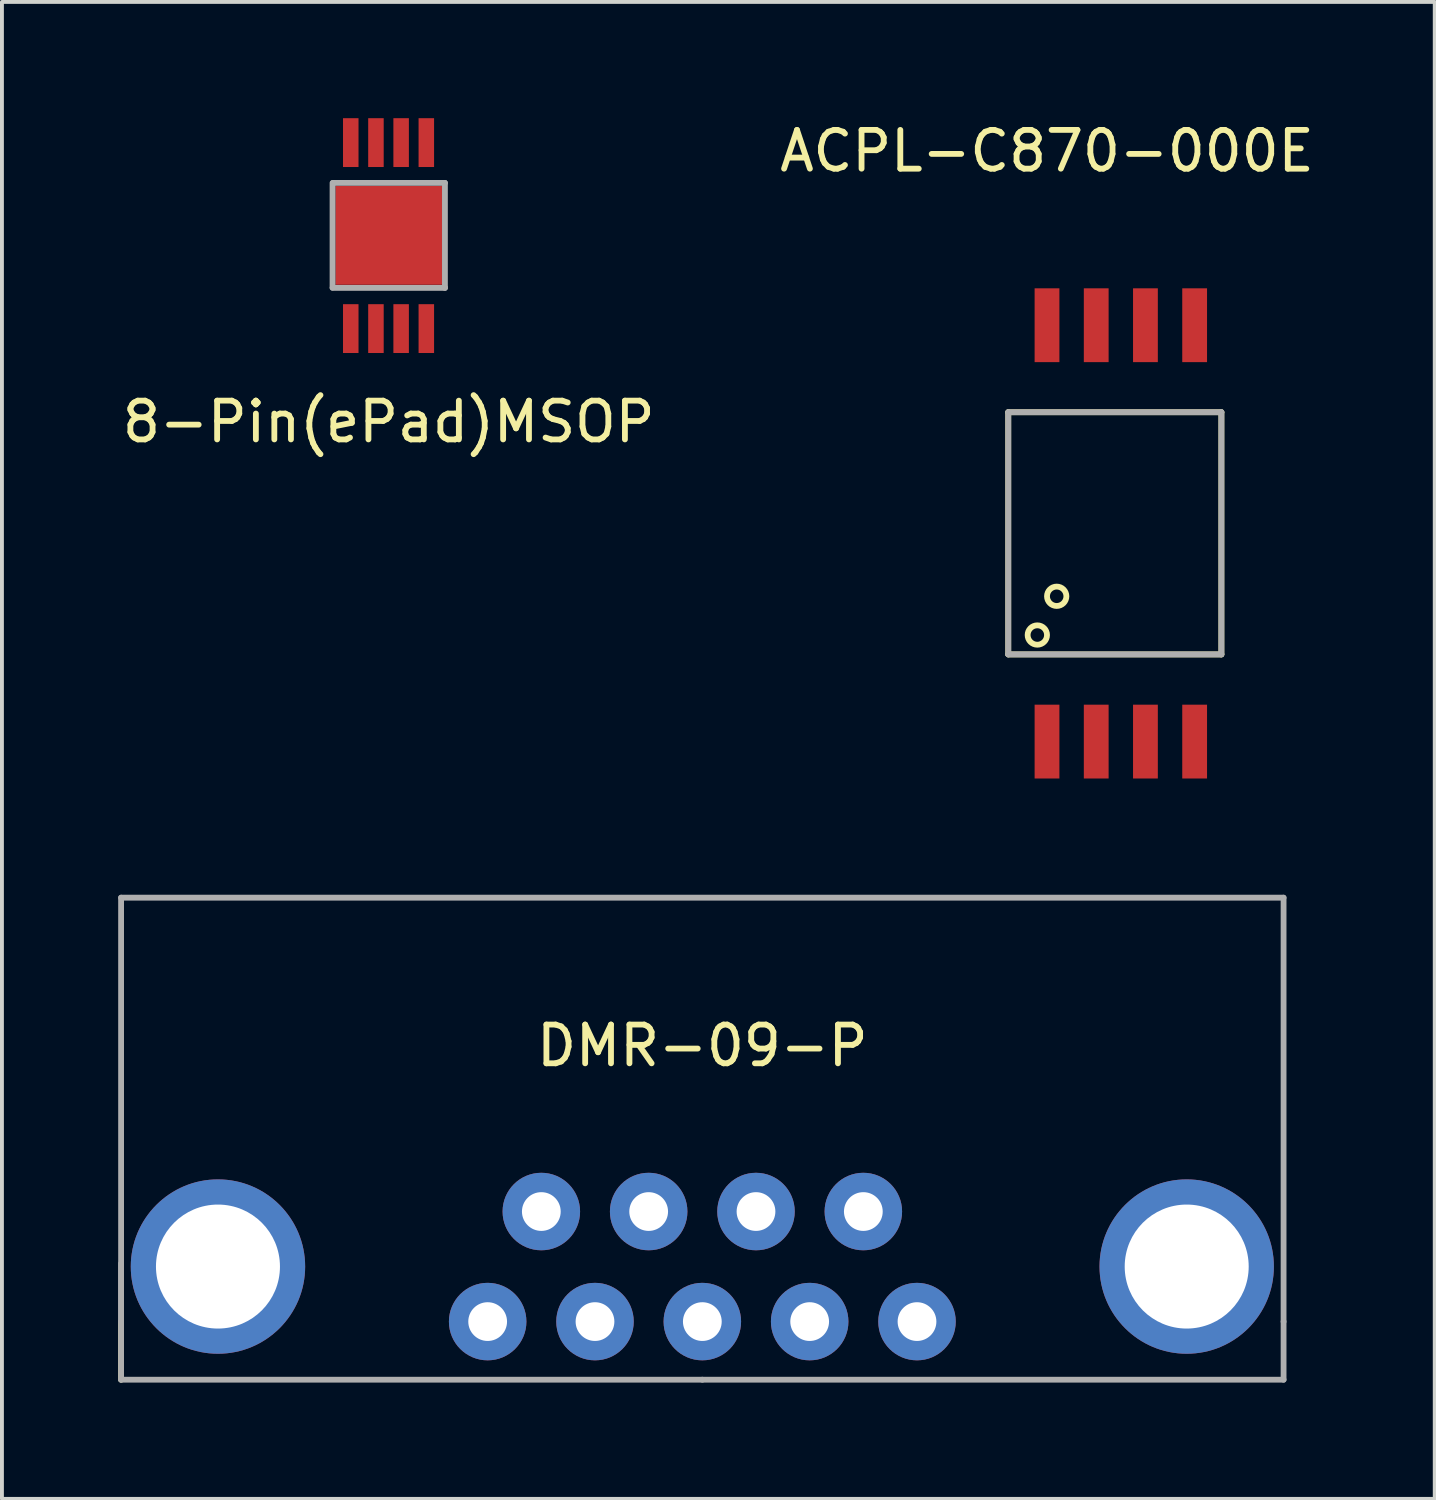
<source format=kicad_pcb>
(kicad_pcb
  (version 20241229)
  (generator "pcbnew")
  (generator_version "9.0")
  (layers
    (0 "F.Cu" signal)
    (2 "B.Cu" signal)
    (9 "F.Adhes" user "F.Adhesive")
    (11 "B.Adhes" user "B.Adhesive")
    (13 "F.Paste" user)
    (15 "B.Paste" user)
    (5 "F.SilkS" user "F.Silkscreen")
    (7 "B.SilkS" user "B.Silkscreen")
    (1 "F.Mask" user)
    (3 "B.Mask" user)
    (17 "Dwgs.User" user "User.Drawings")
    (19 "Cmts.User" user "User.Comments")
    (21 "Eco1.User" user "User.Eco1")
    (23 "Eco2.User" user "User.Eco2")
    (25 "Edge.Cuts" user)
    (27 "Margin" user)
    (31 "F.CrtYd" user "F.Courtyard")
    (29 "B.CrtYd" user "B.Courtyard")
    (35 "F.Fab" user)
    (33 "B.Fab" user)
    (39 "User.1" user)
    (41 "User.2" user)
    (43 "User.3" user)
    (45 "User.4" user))
  (footprint "DMR-09-P"
    (layer "F.Cu")
    (at 15.075 31.056)
    (property "Reference" "DMR-09-P" (at 0 -7.12 0) (layer "F.SilkS") (effects (font (size 1 1) (thickness 0.15))))
    (attr through_hole)
    (fp_line (start -15 1.5) (end -15 0) (stroke (width 0.15) (type solid)) (layer "F.SilkS"))
    (fp_line (start -15 -10.94) (end -15 0) (stroke (width 0.15) (type solid)) (layer "F.Fab"))
    (fp_line (start -15 -1.5) (end -15 1.5) (stroke (width 0.15) (type solid)) (layer "F.Fab"))
    (fp_line (start 0 1.5) (end -15 1.5) (stroke (width 0.15) (type solid)) (layer "F.Fab"))
    (fp_line (start 0 1.5) (end 15 1.5) (stroke (width 0.15) (type solid)) (layer "F.Fab"))
    (fp_line (start 15 -10.94) (end -15 -10.94) (stroke (width 0.15) (type solid)) (layer "F.Fab"))
    (fp_line (start 15 0) (end 15 -10.94) (stroke (width 0.15) (type solid)) (layer "F.Fab"))
    (fp_line (start 15 1.5) (end 15 0) (stroke (width 0.15) (type solid)) (layer "F.Fab"))
    (pad "0" thru_hole circle (at -12.5 -1.42) (size 4.5 4.5) (drill 3.2) (layers "*.Cu" "*.Mask"))
    (pad "0" thru_hole circle (at 12.5 -1.42) (size 4.5 4.5) (drill 3.2) (layers "*.Cu" "*.Mask"))
    (pad "1" thru_hole circle (at 5.54 0) (size 2 2) (drill 1) (layers "*.Cu" "*.Mask"))
    (pad "2" thru_hole circle (at 2.77 0) (size 2 2) (drill 1) (layers "*.Cu" "*.Mask"))
    (pad "3" thru_hole circle (at 0 0) (size 2 2) (drill 1) (layers "*.Cu" "*.Mask"))
    (pad "4" thru_hole circle (at -2.77 0) (size 2 2) (drill 1) (layers "*.Cu" "*.Mask"))
    (pad "5" thru_hole circle (at -5.54 0) (size 2 2) (drill 1) (layers "*.Cu" "*.Mask"))
    (pad "6" thru_hole circle (at 4.155 -2.84) (size 2 2) (drill 1) (layers "*.Cu" "*.Mask"))
    (pad "7" thru_hole circle (at 1.385 -2.84) (size 2 2) (drill 1) (layers "*.Cu" "*.Mask"))
    (pad "8" thru_hole circle (at -1.385 -2.84) (size 2 2) (drill 1) (layers "*.Cu" "*.Mask"))
    (pad "9" thru_hole circle (at -4.155 -2.84) (size 2 2) (drill 1) (layers "*.Cu" "*.Mask")))
  (footprint "ACPL-C870-000E"
    (layer "F.Cu")
    (at 23.97 16.088)
    (property "Reference" "ACPL-C870-000E" (at 0 -15.24 0) (layer "F.SilkS") (effects (font (size 1 1) (thickness 0.15))))
    (attr through_hole)
    (fp_line (start -1 -8.5) (end 4.5 -8.5) (stroke (width 0.15) (type solid)) (layer "F.SilkS"))
    (fp_line (start -1 -2.25) (end -1 -8.5) (stroke (width 0.15) (type solid)) (layer "F.SilkS"))
    (fp_line (start 4.5 -8.5) (end 4.5 -2.25) (stroke (width 0.15) (type solid)) (layer "F.SilkS"))
    (fp_line (start 4.5 -2.25) (end -1 -2.25) (stroke (width 0.15) (type solid)) (layer "F.SilkS"))
    (fp_circle (center -0.25 -2.75) (end 0 -2.75) (stroke (width 0.15) (type solid)) (fill no) (layer "F.SilkS"))
    (fp_circle (center 0.25 -3.75) (end 0.5 -3.75) (stroke (width 0.15) (type solid)) (fill no) (layer "F.SilkS"))
    (fp_line (start -1 -8.5) (end 4.5 -8.5) (stroke (width 0.15) (type solid)) (layer "F.Fab"))
    (fp_line (start -1 -2.25) (end -1 -8.5) (stroke (width 0.15) (type solid)) (layer "F.Fab"))
    (fp_line (start 4.5 -8.5) (end 4.5 -2.25) (stroke (width 0.15) (type solid)) (layer "F.Fab"))
    (fp_line (start 4.5 -2.25) (end -1 -2.25) (stroke (width 0.15) (type solid)) (layer "F.Fab"))
    (pad "1" smd rect (at 0 0) (size 0.64 1.905) (layers "F.Cu" "F.Mask" "F.Paste"))
    (pad "2" smd rect (at 1.27 0) (size 0.64 1.905) (layers "F.Cu" "F.Mask" "F.Paste"))
    (pad "3" smd rect (at 2.54 0) (size 0.64 1.905) (layers "F.Cu" "F.Mask" "F.Paste"))
    (pad "4" smd rect (at 3.81 0) (size 0.64 1.905) (layers "F.Cu" "F.Mask" "F.Paste"))
    (pad "5" smd rect (at 3.81 -10.745) (size 0.64 1.905) (layers "F.Cu" "F.Mask" "F.Paste"))
    (pad "6" smd rect (at 2.54 -10.745) (size 0.64 1.905) (layers "F.Cu" "F.Mask" "F.Paste"))
    (pad "7" smd rect (at 1.27 -10.745) (size 0.64 1.905) (layers "F.Cu" "F.Mask" "F.Paste"))
    (pad "8" smd rect (at 0 -10.745) (size 0.64 1.905) (layers "F.Cu" "F.Mask" "F.Paste")))
  (footprint "8-Pin(ePad)MSOP"
    (layer "F.Cu")
    (at 6.002 5.43)
    (property "Reference" "8-Pin(ePad)MSOP" (at 0.98 2.405 0) (layer "F.SilkS") (effects (font (size 1 1) (thickness 0.15))))
    (attr through_hole)
    (fp_line (start -0.47 -3.76) (end -0.47 -1.06) (stroke (width 0.15) (type solid)) (layer "F.Fab"))
    (fp_line (start -0.47 -1.05) (end 2.43 -1.05) (stroke (width 0.15) (type solid)) (layer "F.Fab"))
    (fp_line (start -0.46 -3.76) (end 2.42 -3.76) (stroke (width 0.15) (type solid)) (layer "F.Fab"))
    (fp_line (start 2.42 -3.76) (end 2.43 -3.76) (stroke (width 0.15) (type solid)) (layer "F.Fab"))
    (fp_line (start 2.43 -3.76) (end 2.43 -1.06) (stroke (width 0.15) (type solid)) (layer "F.Fab"))
    (fp_line (start 2.43 -1.06) (end 2.43 -1.05) (stroke (width 0.15) (type solid)) (layer "F.Fab"))
    (pad "1" smd rect (at 0 0) (size 0.4 1.26) (layers "F.Cu" "F.Mask" "F.Paste"))
    (pad "2" smd rect (at 0.65 0) (size 0.4 1.26) (layers "F.Cu" "F.Mask" "F.Paste"))
    (pad "3" smd rect (at 1.3 0) (size 0.4 1.26) (layers "F.Cu" "F.Mask" "F.Paste"))
    (pad "4" smd rect (at 1.95 0) (size 0.4 1.26) (layers "F.Cu" "F.Mask" "F.Paste"))
    (pad "5" smd rect (at 0.98 -2.405) (size 2.75 2.55) (layers "F.Cu" "F.Mask" "F.Paste"))
    (pad "5" smd rect (at 1.95 -4.8) (size 0.4 1.26) (layers "F.Cu" "F.Mask" "F.Paste"))
    (pad "6" smd rect (at 1.3 -4.8) (size 0.4 1.26) (layers "F.Cu" "F.Mask" "F.Paste"))
    (pad "7" smd rect (at 0.65 -4.8) (size 0.4 1.26) (layers "F.Cu" "F.Mask" "F.Paste"))
    (pad "8" smd rect (at 0 -4.8) (size 0.4 1.26) (layers "F.Cu" "F.Mask" "F.Paste")))
  (gr_rect
    (start -3 -3)
    (end 33.976 35.631)
    (stroke (width 0.1) (type default))
    (fill no)
    (layer "Edge.Cuts")))
</source>
